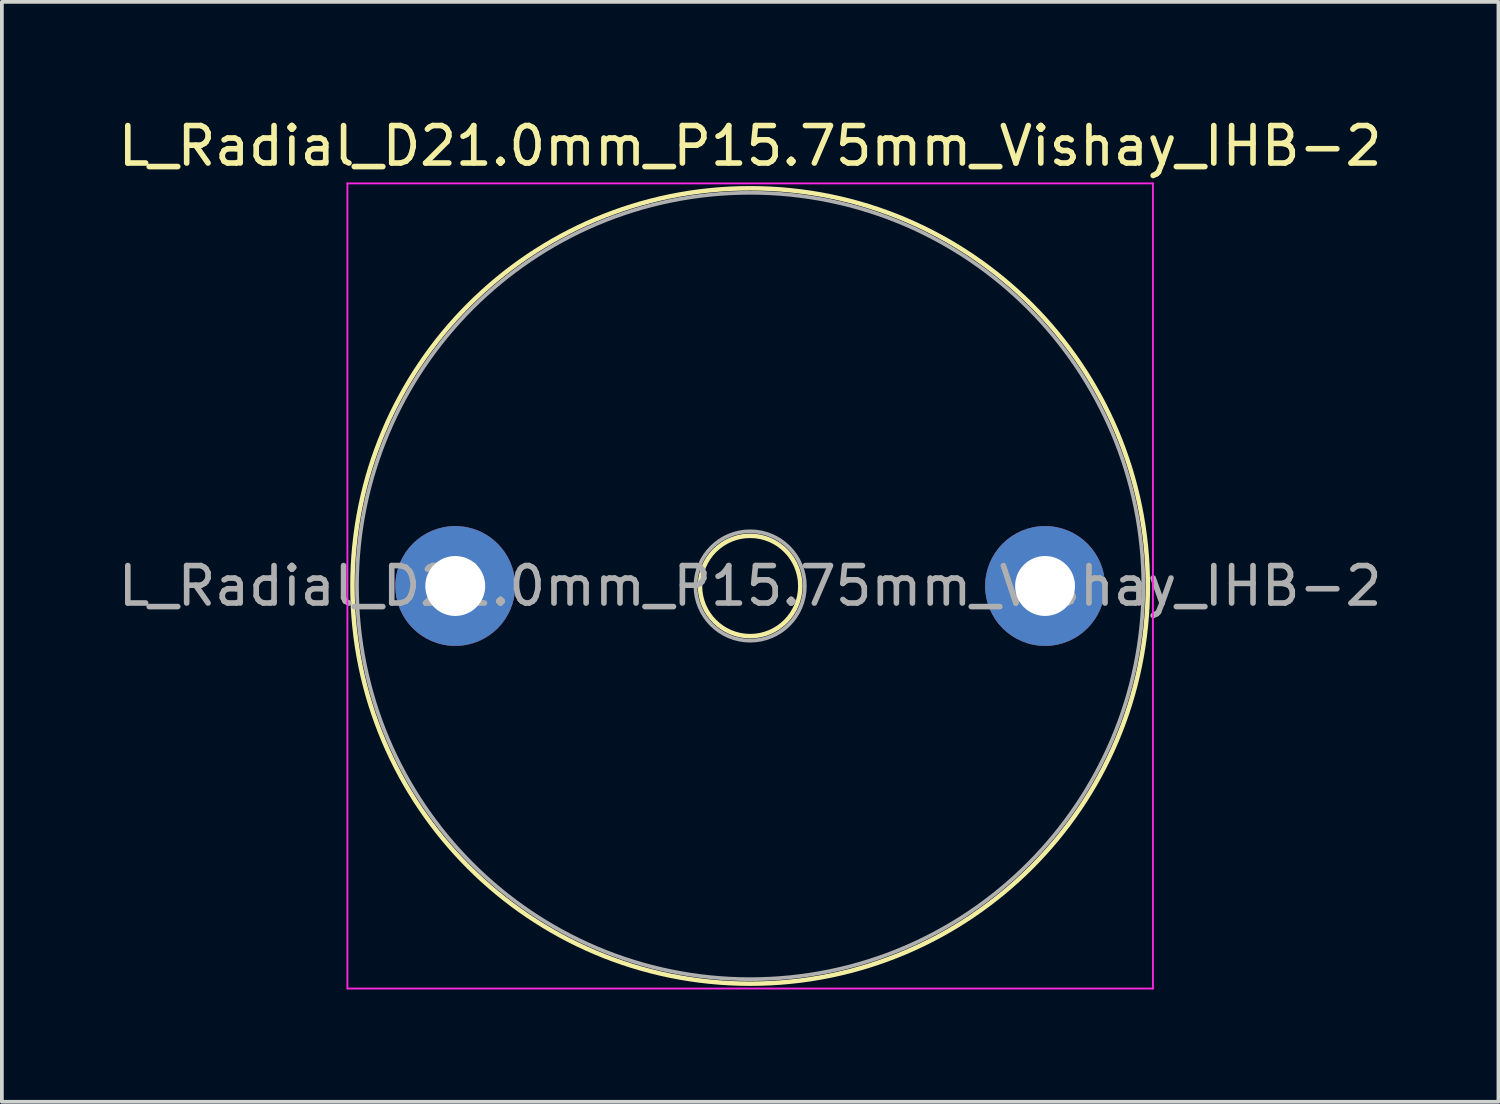
<source format=kicad_pcb>
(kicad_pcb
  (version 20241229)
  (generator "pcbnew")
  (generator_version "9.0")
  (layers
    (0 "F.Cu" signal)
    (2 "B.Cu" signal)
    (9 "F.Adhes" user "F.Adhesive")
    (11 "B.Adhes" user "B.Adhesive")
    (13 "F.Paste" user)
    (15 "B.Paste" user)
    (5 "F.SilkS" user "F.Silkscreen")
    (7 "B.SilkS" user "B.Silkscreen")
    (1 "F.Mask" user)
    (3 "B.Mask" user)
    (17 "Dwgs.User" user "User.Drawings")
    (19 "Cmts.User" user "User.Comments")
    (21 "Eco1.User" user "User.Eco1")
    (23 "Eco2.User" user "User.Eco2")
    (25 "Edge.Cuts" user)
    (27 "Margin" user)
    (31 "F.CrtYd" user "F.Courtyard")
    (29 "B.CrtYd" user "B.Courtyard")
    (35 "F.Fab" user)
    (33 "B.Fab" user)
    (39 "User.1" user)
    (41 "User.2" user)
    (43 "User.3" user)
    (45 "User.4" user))
  (footprint "L_Radial_D21.0mm_P15.75mm_Vishay_IHB-2"
    (layer "F.Cu")
    (at 9.107 12.598)
    (property "Reference" "L_Radial_D21.0mm_P15.75mm_Vishay_IHB-2" (at 7.875 -11.75 0) (layer "F.SilkS") (effects (font (size 1 1) (thickness 0.15))))
    (attr through_hole)
    (fp_circle (center 7.875 0) (end 9.215 0) (stroke (width 0.12) (type solid)) (fill no) (layer "F.SilkS"))
    (fp_circle (center 7.875 0) (end 18.495 0) (stroke (width 0.12) (type solid)) (fill no) (layer "F.SilkS"))
    (fp_line (start -2.88 -10.75) (end -2.88 10.75) (stroke (width 0.05) (type solid)) (layer "F.CrtYd"))
    (fp_line (start -2.88 10.75) (end 18.63 10.75) (stroke (width 0.05) (type solid)) (layer "F.CrtYd"))
    (fp_line (start 18.63 -10.75) (end -2.88 -10.75) (stroke (width 0.05) (type solid)) (layer "F.CrtYd"))
    (fp_line (start 18.63 10.75) (end 18.63 -10.75) (stroke (width 0.05) (type solid)) (layer "F.CrtYd"))
    (fp_circle (center 7.875 0) (end 9.335 0) (stroke (width 0.1) (type solid)) (fill no) (layer "F.Fab"))
    (fp_circle (center 7.875 0) (end 18.375 0) (stroke (width 0.1) (type solid)) (fill no) (layer "F.Fab"))
    (fp_text user "${REFERENCE}" (at 7.875 0 0) (layer "F.Fab") (effects (font (size 1 1) (thickness 0.15))))
    (pad "1" thru_hole circle (at 0 0) (size 3.2 3.2) (drill 1.6) (layers "*.Cu" "*.Mask"))
    (pad "2" thru_hole circle (at 15.75 0) (size 3.2 3.2) (drill 1.6) (layers "*.Cu" "*.Mask")))
  (gr_rect
    (start -3 -3)
    (end 36.964 26.373)
    (stroke (width 0.1) (type default))
    (fill no)
    (layer "Edge.Cuts")))
</source>
